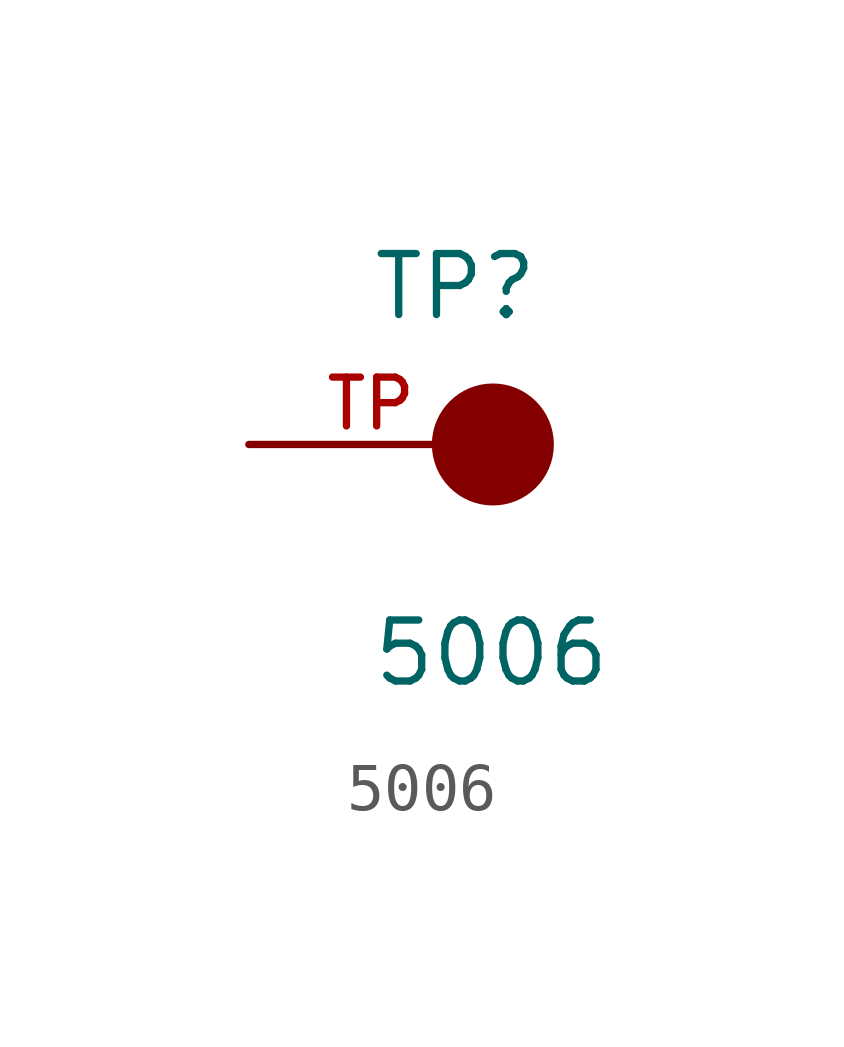
<source format=kicad_sym>
(kicad_symbol_lib
  (version 20211014)
  (generator kicad_symbol_editor)
  (symbol "5006"
    (pin_names
      (offset 1.016))
    (property "Reference" "TP"
      (at -2.544 2.541 0)
      (effects (font (size 1.27 1.27)) (justify bottom left)))
    (property "Value" "5006"
      (at -2.55 -5.087 0)
      (effects (font (size 1.27 1.27)) (justify bottom left)))
    (symbol "5006_0_0"
      (circle (center 0.0 0.0) (radius 0.635) (stroke (width 1.27)) (fill (type none)))
      (pin passive line (at -5.08 0.0 0) (length 5.08) (name "~" (effects (font (size 1.016 1.016)))) (number "TP" (effects (font (size 1.016 1.016))))))))
</source>
